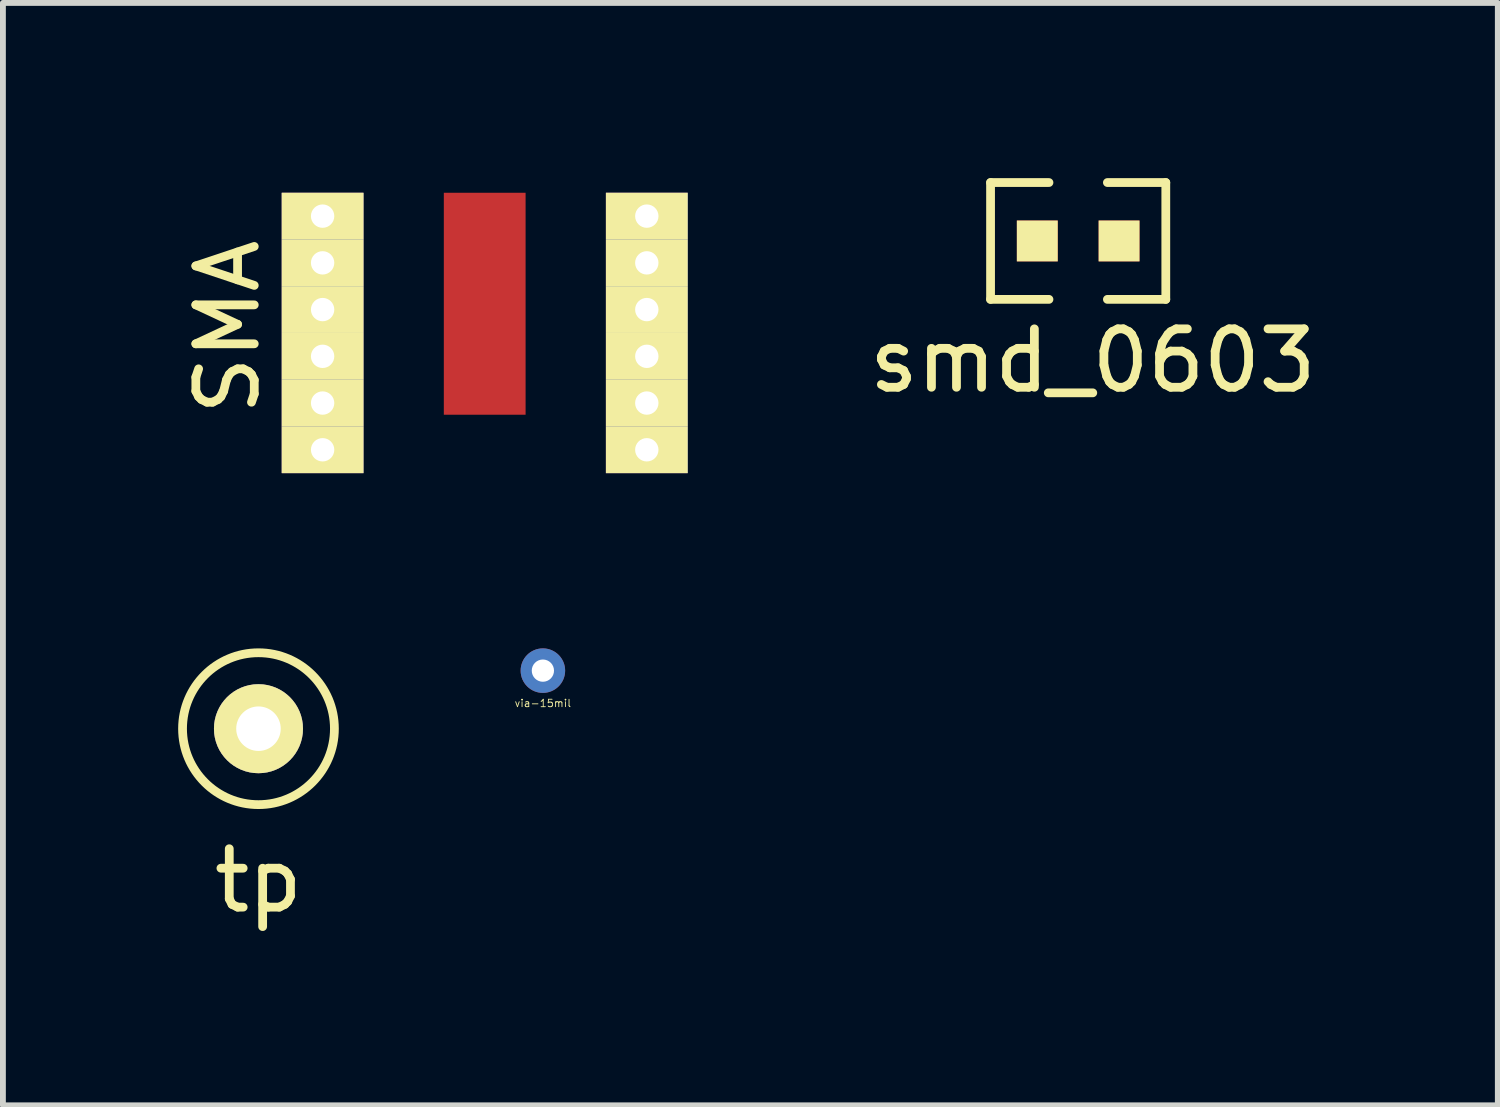
<source format=kicad_pcb>
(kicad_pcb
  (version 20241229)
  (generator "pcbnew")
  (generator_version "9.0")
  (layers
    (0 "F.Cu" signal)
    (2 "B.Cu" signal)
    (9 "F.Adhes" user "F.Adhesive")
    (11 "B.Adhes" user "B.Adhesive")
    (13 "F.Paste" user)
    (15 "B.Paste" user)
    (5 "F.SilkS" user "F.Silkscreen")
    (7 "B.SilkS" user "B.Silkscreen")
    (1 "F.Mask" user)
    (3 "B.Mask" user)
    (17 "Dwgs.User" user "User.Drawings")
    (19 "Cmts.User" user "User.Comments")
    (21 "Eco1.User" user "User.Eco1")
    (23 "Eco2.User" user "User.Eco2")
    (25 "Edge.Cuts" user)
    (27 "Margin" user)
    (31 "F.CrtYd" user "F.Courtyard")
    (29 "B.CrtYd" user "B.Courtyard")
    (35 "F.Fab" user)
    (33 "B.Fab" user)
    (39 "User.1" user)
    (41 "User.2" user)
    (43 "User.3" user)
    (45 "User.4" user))
  (footprint "tp"
    (layer "F.Cu")
    (at 1.375 9.425)
    (property "Reference" "tp" (at 0 2.6 0) (layer "F.SilkS") (effects (font (size 1 1) (thickness 0.15))))
    (attr through_hole)
    (fp_circle (center 0 0) (end 1.3 0) (stroke (width 0.15) (type solid)) (fill no) (layer "F.SilkS"))
    (pad "1" thru_hole circle (at 0 0) (size 1.524 1.524) (drill 0.762) (layers "*.Cu" "*.Mask" "F.SilkS")))
  (footprint "via-15mil"
    (layer "F.Cu")
    (at 6.244 8.431)
    (property "Reference" "via-15mil" (at 0 0.559 0) (layer "F.SilkS") (effects (font (size 0.127 0.127) (thickness 0.015))))
    (attr through_hole)
    (pad "1" thru_hole circle (at 0 0) (size 0.762 0.762) (drill 0.381) (layers "*.Cu")))
  (footprint "smd_0603"
    (layer "F.Cu")
    (at 15.408 1.075)
    (property "Reference" "smd_0603" (at 0.25 2.05 0) (layer "F.SilkS") (effects (font (size 1 1) (thickness 0.15))))
    (attr through_hole)
    (fp_line (start -1.5 -1) (end -1.5 1) (stroke (width 0.15) (type solid)) (layer "F.SilkS"))
    (fp_line (start -1.5 -1) (end -0.5 -1) (stroke (width 0.15) (type solid)) (layer "F.SilkS"))
    (fp_line (start -1.5 1) (end -0.5 1) (stroke (width 0.15) (type solid)) (layer "F.SilkS"))
    (fp_line (start 1.5 -1) (end 0.5 -1) (stroke (width 0.15) (type solid)) (layer "F.SilkS"))
    (fp_line (start 1.5 -1) (end 1.5 1) (stroke (width 0.15) (type solid)) (layer "F.SilkS"))
    (fp_line (start 1.5 1) (end 0.5 1) (stroke (width 0.15) (type solid)) (layer "F.SilkS"))
    (pad "1" smd rect (at -0.7 0) (size 0.7 0.7) (layers "F.Cu" "F.Mask" "F.SilkS" "F.Paste"))
    (pad "2" smd rect (at 0.7 0) (size 0.7 0.7) (layers "F.Cu" "F.Mask" "F.SilkS" "F.Paste")))
  (footprint "SMA"
    (layer "F.Cu")
    (at 5.248 0.25)
    (property "Reference" "SMA" (at -4.4 2.3 90) (layer "F.SilkS") (effects (font (size 1 1) (thickness 0.15))))
    (attr through_hole)
    (pad "1" smd rect (at 0 1.9) (size 1.4 3.8) (layers "F.Cu" "F.Mask" "F.Paste"))
    (pad "2" thru_hole rect (at -2.775 0.4) (size 1.4 0.8) (drill 0.4) (layers "*.Cu" "*.Mask" "F.SilkS"))
    (pad "2" thru_hole rect (at -2.775 1.2) (size 1.4 0.8) (drill 0.4) (layers "*.Cu" "*.Mask" "F.SilkS"))
    (pad "2" thru_hole rect (at -2.775 2) (size 1.4 0.8) (drill 0.4) (layers "*.Cu" "*.Mask" "F.SilkS"))
    (pad "2" thru_hole rect (at -2.775 2.8) (size 1.4 0.8) (drill 0.4) (layers "*.Cu" "*.Mask" "F.SilkS"))
    (pad "2" thru_hole rect (at -2.775 3.6) (size 1.4 0.8) (drill 0.4) (layers "*.Cu" "*.Mask" "F.SilkS"))
    (pad "2" thru_hole rect (at -2.775 4.4) (size 1.4 0.8) (drill 0.4) (layers "*.Cu" "*.Mask" "F.SilkS"))
    (pad "2" thru_hole rect (at 2.775 0.4) (size 1.4 0.8) (drill 0.4) (layers "*.Cu" "*.Mask" "F.SilkS"))
    (pad "2" thru_hole rect (at 2.775 1.2) (size 1.4 0.8) (drill 0.4) (layers "*.Cu" "*.Mask" "F.SilkS"))
    (pad "2" thru_hole rect (at 2.775 2) (size 1.4 0.8) (drill 0.4) (layers "*.Cu" "*.Mask" "F.SilkS"))
    (pad "2" thru_hole rect (at 2.775 2.8) (size 1.4 0.8) (drill 0.4) (layers "*.Cu" "*.Mask" "F.SilkS"))
    (pad "2" thru_hole rect (at 2.775 3.6) (size 1.4 0.8) (drill 0.4) (layers "*.Cu" "*.Mask" "F.SilkS"))
    (pad "2" thru_hole rect (at 2.775 4.4) (size 1.4 0.8) (drill 0.4) (layers "*.Cu" "*.Mask" "F.SilkS")))
  (gr_rect
    (start -3 -3)
    (end 22.592 15.873)
    (stroke (width 0.1) (type default))
    (fill no)
    (layer "Edge.Cuts")))
</source>
